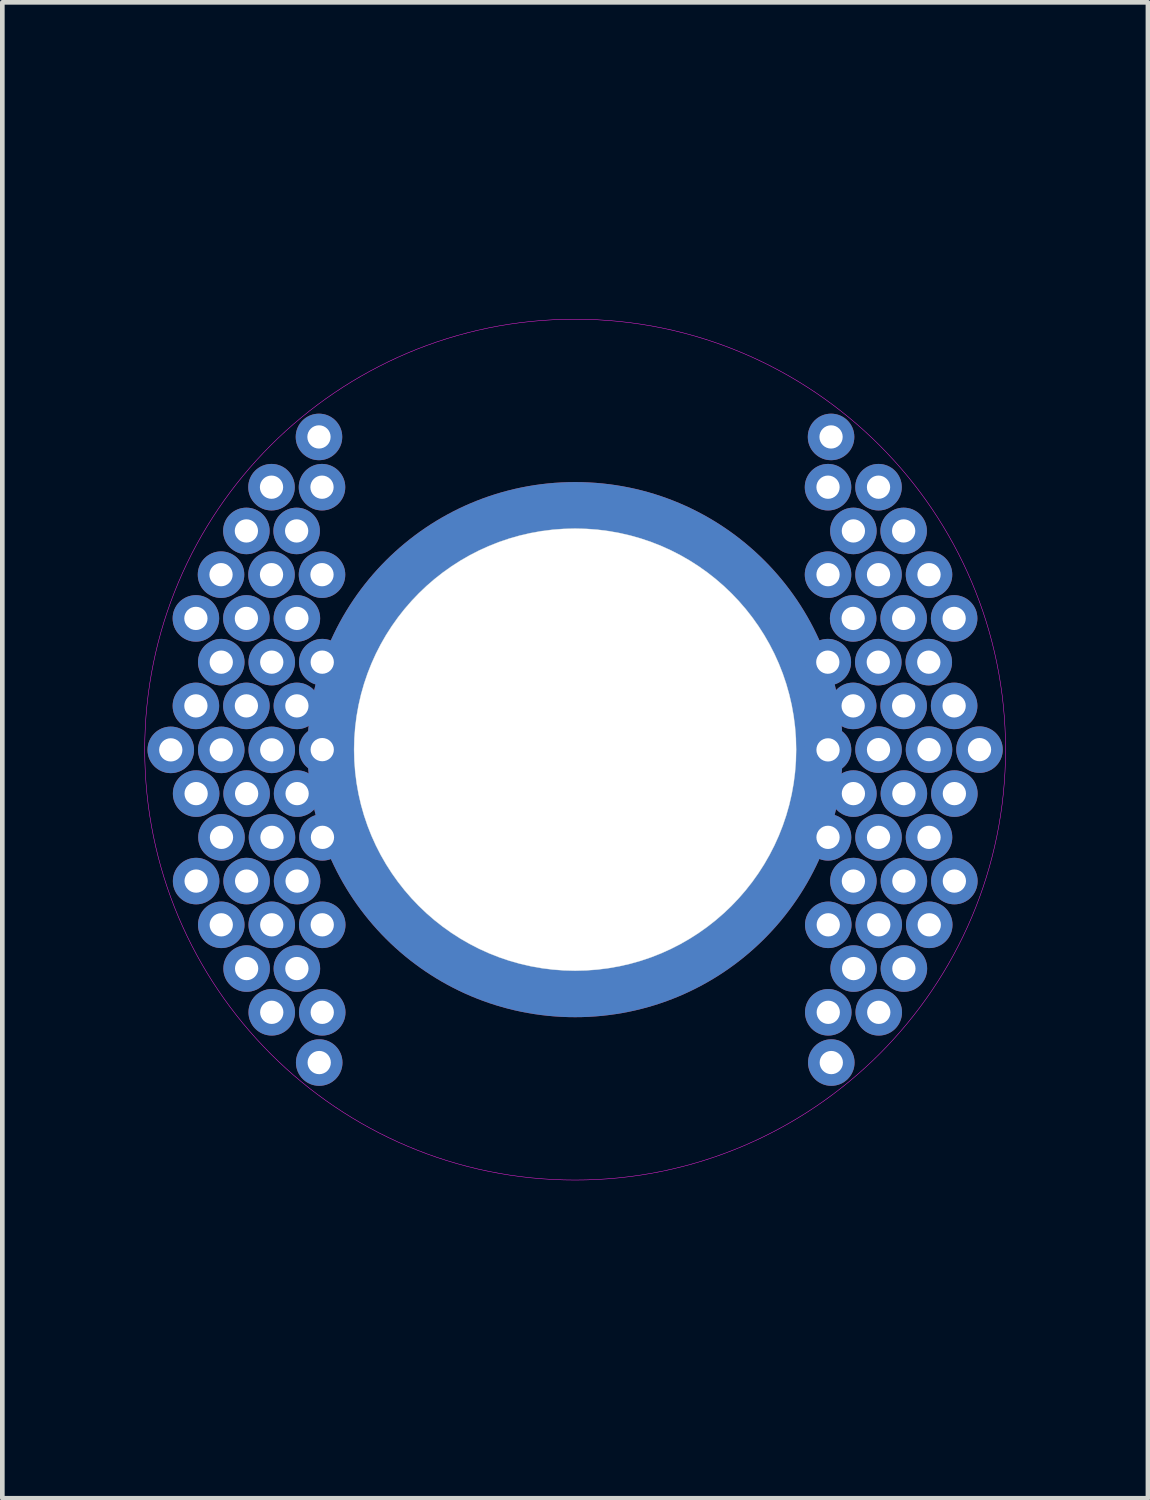
<source format=kicad_pcb>
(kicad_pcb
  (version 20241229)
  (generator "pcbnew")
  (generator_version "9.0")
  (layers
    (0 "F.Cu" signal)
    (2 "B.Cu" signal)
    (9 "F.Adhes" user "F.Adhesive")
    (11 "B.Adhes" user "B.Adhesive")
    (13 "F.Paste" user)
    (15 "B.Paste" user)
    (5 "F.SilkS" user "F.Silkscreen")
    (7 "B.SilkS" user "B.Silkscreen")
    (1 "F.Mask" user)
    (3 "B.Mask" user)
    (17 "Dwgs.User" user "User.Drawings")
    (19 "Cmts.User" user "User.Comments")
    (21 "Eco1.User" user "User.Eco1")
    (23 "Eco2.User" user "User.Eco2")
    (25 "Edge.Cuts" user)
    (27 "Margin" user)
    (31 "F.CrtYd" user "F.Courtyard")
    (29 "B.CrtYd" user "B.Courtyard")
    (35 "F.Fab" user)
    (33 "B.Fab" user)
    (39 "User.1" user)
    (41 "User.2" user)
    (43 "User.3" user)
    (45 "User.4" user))
  (footprint "18650"
    (layer "F.Cu")
    (at 9.31 13.06)
    (property "Reference" "18650" (at -0.11 12.24 0) (unlocked yes) (layer "User.1") (effects (font (size 1 1) (thickness 0.15))))
    (attr through_hole)
    (fp_rect (start -6 13) (end 6 -13) (stroke (width 0.12) (type solid)) (fill yes) (layer "F.Mask"))
    (fp_circle (center 0 0) (end 9.25 0) (stroke (width 0.12) (type solid)) (fill yes) (layer "F.Mask"))
    (fp_poly (pts (xy 9.255 0) (xy 9.236 -0.597) (xy 9.178 -1.192) (xy 9.082 -1.782) (xy 8.948 -2.364) (xy 8.777 -2.937) (xy 8.569 -3.497) (xy 8.325 -4.043) (xy 8.047 -4.571) (xy 7.735 -5.081) (xy 7.391 -5.57) (xy 7.016 -6.035) (xy 6.612 -6.475) (xy 6.181 -6.889) (xy 5.723 -7.273) (xy 5.242 -7.627) (xy 4.739 -7.95) (xy 4.216 -8.239) (xy 3.676 -8.494) (xy 3.12 -8.713) (xy 2.551 -8.896) (xy 1.972 -9.043) (xy 1.384 -9.151) (xy 0.791 -9.221) (xy 0.194 -9.253) (xy -0.404 -9.246) (xy -1 -9.201) (xy -1.591 -9.117) (xy -2.176 -8.995) (xy -2.752 -8.836) (xy -3.317 -8.64) (xy -3.867 -8.408) (xy -4.402 -8.141) (xy -4.918 -7.84) (xy -5.414 -7.506) (xy -5.887 -7.141) (xy -6.335 -6.747) (xy -6.758 -6.324) (xy -7.152 -5.874) (xy -7.516 -5.401) (xy -7.849 -4.904) (xy -8.149 -4.388) (xy -8.415 -3.853) (xy -8.646 -3.302) (xy -8.841 -2.737) (xy -8.999 -2.161) (xy -9.12 -1.575) (xy -9.203 -0.983) (xy -9.247 -0.388) (xy -9.253 0.21) (xy -9.22 0.807) (xy -9.148 1.4) (xy -9.039 1.987) (xy -8.892 2.567) (xy -8.708 3.135) (xy -8.487 3.69) (xy -8.232 4.23) (xy -7.941 4.753) (xy -7.618 5.255) (xy -7.263 5.736) (xy -6.878 6.193) (xy -6.464 6.624) (xy -6.023 7.027) (xy -5.557 7.401) (xy -5.068 7.744) (xy -4.557 8.055) (xy -4.028 8.332) (xy -3.482 8.575) (xy -2.921 8.782) (xy -2.349 8.952) (xy -1.766 9.085) (xy -1.176 9.18) (xy -0.581 9.237) (xy 0.016 9.255) (xy 0.613 9.235) (xy 1.208 9.176) (xy 1.798 9.079) (xy 2.38 8.944) (xy 2.952 8.772) (xy 3.512 8.563) (xy 4.057 8.318) (xy 4.585 8.039) (xy 5.095 7.726) (xy 5.583 7.382) (xy 6.047 7.006) (xy 6.487 6.601) (xy 6.899 6.169) (xy 7.283 5.711) (xy 7.636 5.229) (xy 7.958 4.725) (xy 8.246 4.202) (xy 8.5 3.661) (xy 8.719 3.105) (xy 8.901 2.535) (xy 9.046 1.956) (xy 9.153 1.368) (xy 9.222 0.774) (xy 9.253 0.178)) (stroke (width 0.1) (type solid)) (fill no) (layer "F.Mask"))
    (fp_rect (start -6 13) (end 6 -13) (stroke (width 0.12) (type solid)) (fill yes) (layer "B.Mask"))
    (fp_rect (start -4.5 -12) (end -1.5 -7) (stroke (width 0.12) (type solid)) (fill yes) (layer "B.Paste"))
    (fp_rect (start -4.5 12) (end -1.5 7) (stroke (width 0.12) (type solid)) (fill yes) (layer "B.Paste"))
    (fp_rect (start 4.5 -12) (end 1.5 -7) (stroke (width 0.12) (type solid)) (fill yes) (layer "B.Paste"))
    (fp_rect (start 4.5 12) (end 1.5 7) (stroke (width 0.12) (type solid)) (fill yes) (layer "B.Paste"))
    (fp_poly (pts (xy -4.5 -5.08) (xy -4.5 -7) (xy -1.5 -7)) (stroke (width 0.12) (type solid)) (fill yes) (layer "B.Paste"))
    (fp_poly (pts (xy -4.5 5.08) (xy -4.5 7) (xy -1.5 7)) (stroke (width 0.12) (type solid)) (fill yes) (layer "B.Paste"))
    (fp_poly (pts (xy 4.5 -5.08) (xy 4.5 -7) (xy 1.5 -7)) (stroke (width 0.12) (type solid)) (fill yes) (layer "B.Paste"))
    (fp_poly (pts (xy 4.5 5.08) (xy 4.5 7) (xy 1.5 7)) (stroke (width 0.12) (type solid)) (fill yes) (layer "B.Paste"))
    (fp_circle (center 0 0) (end 4.75 0) (stroke (width 0.01) (type solid)) (fill no) (layer "Edge.Cuts"))
    (fp_circle (center 0 0) (end 9.25 0) (stroke (width 0.01) (type solid)) (fill no) (layer "F.CrtYd"))
    (fp_circle (center -8.69 0.005) (end -9.225 0.005) (stroke (width 0.01) (type solid)) (fill no) (layer "User.1"))
    (fp_circle (center -8.15 -2.82) (end -8.685 -2.82) (stroke (width 0.01) (type solid)) (fill no) (layer "User.1"))
    (fp_circle (center -8.15 -0.94) (end -8.685 -0.94) (stroke (width 0.01) (type solid)) (fill no) (layer "User.1"))
    (fp_circle (center -8.145 0.945) (end -8.68 0.945) (stroke (width 0.01) (type solid)) (fill no) (layer "User.1"))
    (fp_circle (center -8.145 2.825) (end -8.68 2.825) (stroke (width 0.01) (type solid)) (fill no) (layer "User.1"))
    (fp_circle (center -7.61 -3.76) (end -8.145 -3.76) (stroke (width 0.01) (type solid)) (fill no) (layer "User.1"))
    (fp_circle (center -7.605 -1.88) (end -8.14 -1.88) (stroke (width 0.01) (type solid)) (fill no) (layer "User.1"))
    (fp_circle (center -7.605 0.005) (end -8.14 0.005) (stroke (width 0.01) (type solid)) (fill no) (layer "User.1"))
    (fp_circle (center -7.605 3.765) (end -8.14 3.765) (stroke (width 0.01) (type solid)) (fill no) (layer "User.1"))
    (fp_circle (center -7.6 1.885) (end -8.135 1.885) (stroke (width 0.01) (type solid)) (fill no) (layer "User.1"))
    (fp_circle (center -7.065 -4.7) (end -7.6 -4.7) (stroke (width 0.01) (type solid)) (fill no) (layer "User.1"))
    (fp_circle (center -7.065 -2.82) (end -7.6 -2.82) (stroke (width 0.01) (type solid)) (fill no) (layer "User.1"))
    (fp_circle (center -7.065 -0.94) (end -7.6 -0.94) (stroke (width 0.01) (type solid)) (fill no) (layer "User.1"))
    (fp_circle (center -7.06 0.945) (end -7.595 0.945) (stroke (width 0.01) (type solid)) (fill no) (layer "User.1"))
    (fp_circle (center -7.06 2.825) (end -7.595 2.825) (stroke (width 0.01) (type solid)) (fill no) (layer "User.1"))
    (fp_circle (center -7.06 4.705) (end -7.595 4.705) (stroke (width 0.01) (type solid)) (fill no) (layer "User.1"))
    (fp_circle (center -6.525 -5.64) (end -7.06 -5.64) (stroke (width 0.01) (type solid)) (fill no) (layer "User.1"))
    (fp_circle (center -6.525 -3.76) (end -7.06 -3.76) (stroke (width 0.01) (type solid)) (fill no) (layer "User.1"))
    (fp_circle (center -6.52 -1.88) (end -7.055 -1.88) (stroke (width 0.01) (type solid)) (fill no) (layer "User.1"))
    (fp_circle (center -6.52 0.005) (end -7.055 0.005) (stroke (width 0.01) (type solid)) (fill no) (layer "User.1"))
    (fp_circle (center -6.52 3.765) (end -7.055 3.765) (stroke (width 0.01) (type solid)) (fill no) (layer "User.1"))
    (fp_circle (center -6.52 5.645) (end -7.055 5.645) (stroke (width 0.01) (type solid)) (fill no) (layer "User.1"))
    (fp_circle (center -6.515 1.885) (end -7.05 1.885) (stroke (width 0.01) (type solid)) (fill no) (layer "User.1"))
    (fp_circle (center -5.985 -4.7) (end -6.52 -4.7) (stroke (width 0.01) (type solid)) (fill no) (layer "User.1"))
    (fp_circle (center -5.98 -2.82) (end -6.515 -2.82) (stroke (width 0.01) (type solid)) (fill no) (layer "User.1"))
    (fp_circle (center -5.98 -0.94) (end -6.515 -0.94) (stroke (width 0.01) (type solid)) (fill no) (layer "User.1"))
    (fp_circle (center -5.98 4.705) (end -6.515 4.705) (stroke (width 0.01) (type solid)) (fill no) (layer "User.1"))
    (fp_circle (center -5.975 0.945) (end -6.51 0.945) (stroke (width 0.01) (type solid)) (fill no) (layer "User.1"))
    (fp_circle (center -5.975 2.825) (end -6.51 2.825) (stroke (width 0.01) (type solid)) (fill no) (layer "User.1"))
    (fp_circle (center -5.505 -6.72) (end -6.04 -6.72) (stroke (width 0.01) (type solid)) (fill no) (layer "User.1"))
    (fp_circle (center -5.5 6.725) (end -6.035 6.725) (stroke (width 0.01) (type solid)) (fill no) (layer "User.1"))
    (fp_circle (center -5.44 -5.64) (end -5.975 -5.64) (stroke (width 0.01) (type solid)) (fill no) (layer "User.1"))
    (fp_circle (center -5.44 -3.76) (end -5.975 -3.76) (stroke (width 0.01) (type solid)) (fill no) (layer "User.1"))
    (fp_circle (center -5.435 -1.88) (end -5.97 -1.88) (stroke (width 0.01) (type solid)) (fill no) (layer "User.1"))
    (fp_circle (center -5.435 0) (end -5.97 0) (stroke (width 0.01) (type solid)) (fill no) (layer "User.1"))
    (fp_circle (center -5.435 3.765) (end -5.97 3.765) (stroke (width 0.01) (type solid)) (fill no) (layer "User.1"))
    (fp_circle (center -5.435 5.645) (end -5.97 5.645) (stroke (width 0.01) (type solid)) (fill no) (layer "User.1"))
    (fp_circle (center -5.43 1.885) (end -5.965 1.885) (stroke (width 0.01) (type solid)) (fill no) (layer "User.1"))
    (fp_circle (center 0 0) (end 4.88 0) (stroke (width 0.01) (type solid)) (fill no) (layer "User.1"))
    (fp_circle (center 0 0) (end 9.25 0) (stroke (width 0.12) (type solid)) (fill no) (layer "User.1"))
    (fp_circle (center 5.43 -1.88) (end 5.965 -1.88) (stroke (width 0.01) (type solid)) (fill no) (layer "User.1"))
    (fp_circle (center 5.435 -5.64) (end 5.97 -5.64) (stroke (width 0.01) (type solid)) (fill no) (layer "User.1"))
    (fp_circle (center 5.435 -3.76) (end 5.97 -3.76) (stroke (width 0.01) (type solid)) (fill no) (layer "User.1"))
    (fp_circle (center 5.435 0.005) (end 5.97 0.005) (stroke (width 0.01) (type solid)) (fill no) (layer "User.1"))
    (fp_circle (center 5.435 1.885) (end 5.97 1.885) (stroke (width 0.01) (type solid)) (fill no) (layer "User.1"))
    (fp_circle (center 5.44 3.765) (end 5.975 3.765) (stroke (width 0.01) (type solid)) (fill no) (layer "User.1"))
    (fp_circle (center 5.44 5.645) (end 5.975 5.645) (stroke (width 0.01) (type solid)) (fill no) (layer "User.1"))
    (fp_circle (center 5.5 -6.72) (end 6.035 -6.72) (stroke (width 0.01) (type solid)) (fill no) (layer "User.1"))
    (fp_circle (center 5.505 6.725) (end 6.04 6.725) (stroke (width 0.01) (type solid)) (fill no) (layer "User.1"))
    (fp_circle (center 5.975 -2.82) (end 6.51 -2.82) (stroke (width 0.01) (type solid)) (fill no) (layer "User.1"))
    (fp_circle (center 5.975 -0.94) (end 6.51 -0.94) (stroke (width 0.01) (type solid)) (fill no) (layer "User.1"))
    (fp_circle (center 5.98 -4.7) (end 6.515 -4.7) (stroke (width 0.01) (type solid)) (fill no) (layer "User.1"))
    (fp_circle (center 5.98 0.945) (end 6.515 0.945) (stroke (width 0.01) (type solid)) (fill no) (layer "User.1"))
    (fp_circle (center 5.98 2.825) (end 6.515 2.825) (stroke (width 0.01) (type solid)) (fill no) (layer "User.1"))
    (fp_circle (center 5.985 4.705) (end 6.52 4.705) (stroke (width 0.01) (type solid)) (fill no) (layer "User.1"))
    (fp_circle (center 6.515 -1.88) (end 7.05 -1.88) (stroke (width 0.01) (type solid)) (fill no) (layer "User.1"))
    (fp_circle (center 6.52 -5.64) (end 7.055 -5.64) (stroke (width 0.01) (type solid)) (fill no) (layer "User.1"))
    (fp_circle (center 6.52 -3.76) (end 7.055 -3.76) (stroke (width 0.01) (type solid)) (fill no) (layer "User.1"))
    (fp_circle (center 6.52 0) (end 7.055 0) (stroke (width 0.01) (type solid)) (fill no) (layer "User.1"))
    (fp_circle (center 6.52 1.885) (end 7.055 1.885) (stroke (width 0.01) (type solid)) (fill no) (layer "User.1"))
    (fp_circle (center 6.525 3.765) (end 7.06 3.765) (stroke (width 0.01) (type solid)) (fill no) (layer "User.1"))
    (fp_circle (center 6.525 5.645) (end 7.06 5.645) (stroke (width 0.01) (type solid)) (fill no) (layer "User.1"))
    (fp_circle (center 7.06 -4.7) (end 7.595 -4.7) (stroke (width 0.01) (type solid)) (fill no) (layer "User.1"))
    (fp_circle (center 7.06 -2.82) (end 7.595 -2.82) (stroke (width 0.01) (type solid)) (fill no) (layer "User.1"))
    (fp_circle (center 7.06 -0.94) (end 7.595 -0.94) (stroke (width 0.01) (type solid)) (fill no) (layer "User.1"))
    (fp_circle (center 7.065 0.945) (end 7.6 0.945) (stroke (width 0.01) (type solid)) (fill no) (layer "User.1"))
    (fp_circle (center 7.065 2.825) (end 7.6 2.825) (stroke (width 0.01) (type solid)) (fill no) (layer "User.1"))
    (fp_circle (center 7.065 4.705) (end 7.6 4.705) (stroke (width 0.01) (type solid)) (fill no) (layer "User.1"))
    (fp_circle (center 7.6 -1.88) (end 8.135 -1.88) (stroke (width 0.01) (type solid)) (fill no) (layer "User.1"))
    (fp_circle (center 7.605 -3.76) (end 8.14 -3.76) (stroke (width 0.01) (type solid)) (fill no) (layer "User.1"))
    (fp_circle (center 7.605 0) (end 8.14 0) (stroke (width 0.01) (type solid)) (fill no) (layer "User.1"))
    (fp_circle (center 7.605 1.885) (end 8.14 1.885) (stroke (width 0.01) (type solid)) (fill no) (layer "User.1"))
    (fp_circle (center 7.61 3.765) (end 8.145 3.765) (stroke (width 0.01) (type solid)) (fill no) (layer "User.1"))
    (fp_circle (center 8.145 -2.82) (end 8.68 -2.82) (stroke (width 0.01) (type solid)) (fill no) (layer "User.1"))
    (fp_circle (center 8.145 -0.94) (end 8.68 -0.94) (stroke (width 0.01) (type solid)) (fill no) (layer "User.1"))
    (fp_circle (center 8.15 0.945) (end 8.685 0.945) (stroke (width 0.01) (type solid)) (fill no) (layer "User.1"))
    (fp_circle (center 8.15 2.825) (end 8.685 2.825) (stroke (width 0.01) (type solid)) (fill no) (layer "User.1"))
    (fp_circle (center 8.69 0) (end 9.225 0) (stroke (width 0.01) (type solid)) (fill no) (layer "User.1"))
    (pad "1" thru_hole circle (at -8.69 0.005 180) (size 1 1) (drill 0.5) (layers "*.Cu" "*.Mask"))
    (pad "1" thru_hole circle (at -8.15 -2.82 180) (size 1 1) (drill 0.5) (layers "*.Cu" "*.Mask"))
    (pad "1" thru_hole circle (at -8.15 -0.94 180) (size 1 1) (drill 0.5) (layers "*.Cu" "*.Mask"))
    (pad "1" thru_hole circle (at -8.145 0.945) (size 1 1) (drill 0.5) (layers "*.Cu" "*.Mask"))
    (pad "1" thru_hole circle (at -8.145 2.825) (size 1 1) (drill 0.5) (layers "*.Cu" "*.Mask"))
    (pad "1" thru_hole circle (at -7.61 -3.76 180) (size 1 1) (drill 0.5) (layers "*.Cu" "*.Mask"))
    (pad "1" thru_hole circle (at -7.605 -1.88 180) (size 1 1) (drill 0.5) (layers "*.Cu" "*.Mask"))
    (pad "1" thru_hole circle (at -7.605 0.005 180) (size 1 1) (drill 0.5) (layers "*.Cu" "*.Mask"))
    (pad "1" thru_hole circle (at -7.605 3.765) (size 1 1) (drill 0.5) (layers "*.Cu" "*.Mask"))
    (pad "1" thru_hole circle (at -7.6 1.885) (size 1 1) (drill 0.5) (layers "*.Cu" "*.Mask"))
    (pad "1" thru_hole circle (at -7.065 -4.7 180) (size 1 1) (drill 0.5) (layers "*.Cu" "*.Mask"))
    (pad "1" thru_hole circle (at -7.065 -2.82 180) (size 1 1) (drill 0.5) (layers "*.Cu" "*.Mask"))
    (pad "1" thru_hole circle (at -7.065 -0.94 180) (size 1 1) (drill 0.5) (layers "*.Cu" "*.Mask"))
    (pad "1" thru_hole circle (at -7.06 0.945) (size 1 1) (drill 0.5) (layers "*.Cu" "*.Mask"))
    (pad "1" thru_hole circle (at -7.06 2.825) (size 1 1) (drill 0.5) (layers "*.Cu" "*.Mask"))
    (pad "1" thru_hole circle (at -7.06 4.705) (size 1 1) (drill 0.5) (layers "*.Cu" "*.Mask"))
    (pad "1" thru_hole circle (at -6.525 -5.64 180) (size 1 1) (drill 0.5) (layers "*.Cu" "*.Mask"))
    (pad "1" thru_hole circle (at -6.525 -3.76 180) (size 1 1) (drill 0.5) (layers "*.Cu" "*.Mask"))
    (pad "1" thru_hole circle (at -6.52 -1.88 180) (size 1 1) (drill 0.5) (layers "*.Cu" "*.Mask"))
    (pad "1" thru_hole circle (at -6.52 0.005 180) (size 1 1) (drill 0.5) (layers "*.Cu" "*.Mask"))
    (pad "1" thru_hole circle (at -6.52 3.765) (size 1 1) (drill 0.5) (layers "*.Cu" "*.Mask"))
    (pad "1" thru_hole circle (at -6.52 5.645) (size 1 1) (drill 0.5) (layers "*.Cu" "*.Mask"))
    (pad "1" thru_hole circle (at -6.515 1.885) (size 1 1) (drill 0.5) (layers "*.Cu" "*.Mask"))
    (pad "1" thru_hole circle (at -5.985 -4.7 180) (size 1 1) (drill 0.5) (layers "*.Cu" "*.Mask"))
    (pad "1" thru_hole circle (at -5.98 -2.82 180) (size 1 1) (drill 0.5) (layers "*.Cu" "*.Mask"))
    (pad "1" thru_hole circle (at -5.98 -0.94 180) (size 1 1) (drill 0.5) (layers "*.Cu" "*.Mask"))
    (pad "1" thru_hole circle (at -5.98 4.705) (size 1 1) (drill 0.5) (layers "*.Cu" "*.Mask"))
    (pad "1" thru_hole circle (at -5.975 0.945) (size 1 1) (drill 0.5) (layers "*.Cu" "*.Mask"))
    (pad "1" thru_hole circle (at -5.975 2.825) (size 1 1) (drill 0.5) (layers "*.Cu" "*.Mask"))
    (pad "1" thru_hole circle (at -5.505 -6.72 180) (size 1 1) (drill 0.5) (layers "*.Cu" "*.Mask"))
    (pad "1" thru_hole circle (at -5.5 6.725) (size 1 1) (drill 0.5) (layers "*.Cu" "*.Mask"))
    (pad "1" thru_hole circle (at -5.44 -5.64 180) (size 1 1) (drill 0.5) (layers "*.Cu" "*.Mask"))
    (pad "1" thru_hole circle (at -5.44 -3.76 180) (size 1 1) (drill 0.5) (layers "*.Cu" "*.Mask"))
    (pad "1" thru_hole circle (at -5.435 -1.88 180) (size 1 1) (drill 0.5) (layers "*.Cu" "*.Mask"))
    (pad "1" thru_hole circle (at -5.435 0 180) (size 1 1) (drill 0.5) (layers "*.Cu" "*.Mask"))
    (pad "1" thru_hole circle (at -5.435 3.765) (size 1 1) (drill 0.5) (layers "*.Cu" "*.Mask"))
    (pad "1" thru_hole circle (at -5.435 5.645) (size 1 1) (drill 0.5) (layers "*.Cu" "*.Mask"))
    (pad "1" thru_hole circle (at -5.43 1.885) (size 1 1) (drill 0.5) (layers "*.Cu" "*.Mask"))
    (pad "1" thru_hole oval (at 0 0) (size 11.5 11.5) (drill oval 9.5) (layers "*.Cu" "*.Mask"))
    (pad "1" thru_hole circle (at 5.43 -1.88 180) (size 1 1) (drill 0.5) (layers "*.Cu" "*.Mask"))
    (pad "1" thru_hole circle (at 5.435 -5.64 180) (size 1 1) (drill 0.5) (layers "*.Cu" "*.Mask"))
    (pad "1" thru_hole circle (at 5.435 -3.76 180) (size 1 1) (drill 0.5) (layers "*.Cu" "*.Mask"))
    (pad "1" thru_hole circle (at 5.435 0.005) (size 1 1) (drill 0.5) (layers "*.Cu" "*.Mask"))
    (pad "1" thru_hole circle (at 5.435 1.885) (size 1 1) (drill 0.5) (layers "*.Cu" "*.Mask"))
    (pad "1" thru_hole circle (at 5.44 3.765) (size 1 1) (drill 0.5) (layers "*.Cu" "*.Mask"))
    (pad "1" thru_hole circle (at 5.44 5.645) (size 1 1) (drill 0.5) (layers "*.Cu" "*.Mask"))
    (pad "1" thru_hole circle (at 5.5 -6.72 180) (size 1 1) (drill 0.5) (layers "*.Cu" "*.Mask"))
    (pad "1" thru_hole circle (at 5.505 6.725) (size 1 1) (drill 0.5) (layers "*.Cu" "*.Mask"))
    (pad "1" thru_hole circle (at 5.975 -2.82 180) (size 1 1) (drill 0.5) (layers "*.Cu" "*.Mask"))
    (pad "1" thru_hole circle (at 5.975 -0.94 180) (size 1 1) (drill 0.5) (layers "*.Cu" "*.Mask"))
    (pad "1" thru_hole circle (at 5.98 -4.7 180) (size 1 1) (drill 0.5) (layers "*.Cu" "*.Mask"))
    (pad "1" thru_hole circle (at 5.98 0.945) (size 1 1) (drill 0.5) (layers "*.Cu" "*.Mask"))
    (pad "1" thru_hole circle (at 5.98 2.825) (size 1 1) (drill 0.5) (layers "*.Cu" "*.Mask"))
    (pad "1" thru_hole circle (at 5.985 4.705) (size 1 1) (drill 0.5) (layers "*.Cu" "*.Mask"))
    (pad "1" thru_hole circle (at 6.515 -1.88 180) (size 1 1) (drill 0.5) (layers "*.Cu" "*.Mask"))
    (pad "1" thru_hole circle (at 6.52 -5.64 180) (size 1 1) (drill 0.5) (layers "*.Cu" "*.Mask"))
    (pad "1" thru_hole circle (at 6.52 -3.76 180) (size 1 1) (drill 0.5) (layers "*.Cu" "*.Mask"))
    (pad "1" thru_hole circle (at 6.52 0) (size 1 1) (drill 0.5) (layers "*.Cu" "*.Mask"))
    (pad "1" thru_hole circle (at 6.52 1.885) (size 1 1) (drill 0.5) (layers "*.Cu" "*.Mask"))
    (pad "1" thru_hole circle (at 6.525 3.765) (size 1 1) (drill 0.5) (layers "*.Cu" "*.Mask"))
    (pad "1" thru_hole circle (at 6.525 5.645) (size 1 1) (drill 0.5) (layers "*.Cu" "*.Mask"))
    (pad "1" thru_hole circle (at 7.06 -4.7 180) (size 1 1) (drill 0.5) (layers "*.Cu" "*.Mask"))
    (pad "1" thru_hole circle (at 7.06 -2.82 180) (size 1 1) (drill 0.5) (layers "*.Cu" "*.Mask"))
    (pad "1" thru_hole circle (at 7.06 -0.94 180) (size 1 1) (drill 0.5) (layers "*.Cu" "*.Mask"))
    (pad "1" thru_hole circle (at 7.065 0.945) (size 1 1) (drill 0.5) (layers "*.Cu" "*.Mask"))
    (pad "1" thru_hole circle (at 7.065 2.825) (size 1 1) (drill 0.5) (layers "*.Cu" "*.Mask"))
    (pad "1" thru_hole circle (at 7.065 4.705) (size 1 1) (drill 0.5) (layers "*.Cu" "*.Mask"))
    (pad "1" thru_hole circle (at 7.6 -1.88 180) (size 1 1) (drill 0.5) (layers "*.Cu" "*.Mask"))
    (pad "1" thru_hole circle (at 7.605 -3.76 180) (size 1 1) (drill 0.5) (layers "*.Cu" "*.Mask"))
    (pad "1" thru_hole circle (at 7.605 0) (size 1 1) (drill 0.5) (layers "*.Cu" "*.Mask"))
    (pad "1" thru_hole circle (at 7.605 1.885) (size 1 1) (drill 0.5) (layers "*.Cu" "*.Mask"))
    (pad "1" thru_hole circle (at 7.61 3.765) (size 1 1) (drill 0.5) (layers "*.Cu" "*.Mask"))
    (pad "1" thru_hole circle (at 8.145 -2.82 180) (size 1 1) (drill 0.5) (layers "*.Cu" "*.Mask"))
    (pad "1" thru_hole circle (at 8.145 -0.94 180) (size 1 1) (drill 0.5) (layers "*.Cu" "*.Mask"))
    (pad "1" thru_hole circle (at 8.15 0.945) (size 1 1) (drill 0.5) (layers "*.Cu" "*.Mask"))
    (pad "1" thru_hole circle (at 8.15 2.825) (size 1 1) (drill 0.5) (layers "*.Cu" "*.Mask"))
    (pad "1" thru_hole circle (at 8.69 0) (size 1 1) (drill 0.5) (layers "*.Cu" "*.Mask"))
    (zone (net_name "") (layer "F.Mask") (hatch edge 0.508) (connect_pads) (min_thickness 0.254) (filled_areas_thickness no) (fill) (polygon (pts (xy 18.565 13.06) (xy 18.546 12.463) (xy 18.488 11.868) (xy 18.392 11.278) (xy 18.258 10.696) (xy 18.087 10.123) (xy 17.879 9.563) (xy 17.635 9.017) (xy 17.357 8.489) (xy 17.045 7.979) (xy 16.701 7.49) (xy 16.326 7.025) (xy 15.922 6.585) (xy 15.491 6.171) (xy 15.033 5.787) (xy 14.552 5.433) (xy 14.049 5.11) (xy 13.526 4.821) (xy 12.986 4.566) (xy 12.43 4.347) (xy 11.861 4.164) (xy 11.282 4.017) (xy 10.694 3.909) (xy 10.101 3.839) (xy 9.504 3.807) (xy 8.906 3.814) (xy 8.31 3.859) (xy 7.719 3.943) (xy 7.134 4.065) (xy 6.558 4.224) (xy 5.993 4.42) (xy 5.443 4.652) (xy 4.908 4.919) (xy 4.392 5.22) (xy 3.896 5.554) (xy 3.423 5.919) (xy 2.975 6.313) (xy 2.552 6.736) (xy 2.158 7.186) (xy 1.794 7.659) (xy 1.461 8.156) (xy 1.161 8.672) (xy 0.895 9.207) (xy 0.664 9.758) (xy 0.469 10.323) (xy 0.311 10.899) (xy 0.19 11.485) (xy 0.107 12.077) (xy 0.063 12.672) (xy 0.057 13.27) (xy 0.09 13.867) (xy 0.162 14.46) (xy 0.271 15.047) (xy 0.418 15.627) (xy 0.602 16.195) (xy 0.823 16.75) (xy 1.078 17.29) (xy 1.369 17.813) (xy 1.692 18.315) (xy 2.047 18.796) (xy 2.432 19.253) (xy 2.846 19.684) (xy 3.287 20.087) (xy 3.753 20.461) (xy 4.242 20.804) (xy 4.753 21.115) (xy 5.282 21.392) (xy 5.828 21.635) (xy 6.389 21.842) (xy 6.961 22.012) (xy 7.544 22.145) (xy 8.134 22.24) (xy 8.729 22.297) (xy 9.326 22.315) (xy 9.923 22.295) (xy 10.518 22.236) (xy 11.108 22.139) (xy 11.69 22.004) (xy 12.262 21.832) (xy 12.822 21.623) (xy 13.367 21.378) (xy 13.895 21.099) (xy 14.405 20.786) (xy 14.893 20.442) (xy 15.357 20.066) (xy 15.797 19.661) (xy 16.209 19.229) (xy 16.593 18.771) (xy 16.946 18.289) (xy 17.268 17.785) (xy 17.556 17.262) (xy 17.81 16.721) (xy 18.029 16.165) (xy 18.211 15.595) (xy 18.356 15.016) (xy 18.463 14.428) (xy 18.532 13.834) (xy 18.563 13.238)))))
  (gr_rect
    (start -3 -3)
    (end 21.62 29.148)
    (stroke (width 0.1) (type default))
    (fill no)
    (layer "Edge.Cuts")))
</source>
